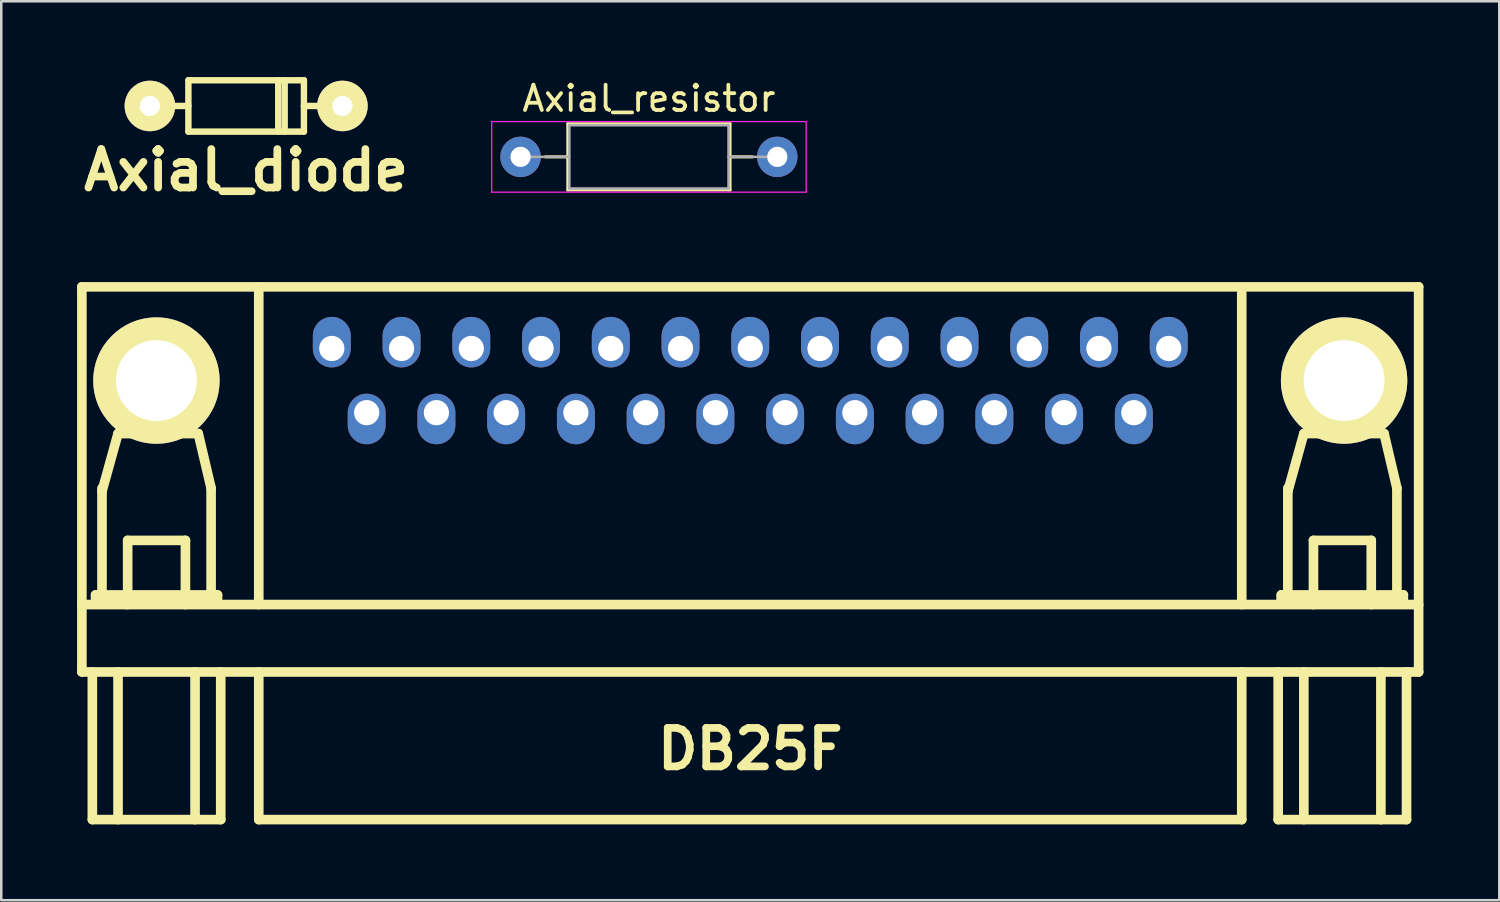
<source format=kicad_pcb>
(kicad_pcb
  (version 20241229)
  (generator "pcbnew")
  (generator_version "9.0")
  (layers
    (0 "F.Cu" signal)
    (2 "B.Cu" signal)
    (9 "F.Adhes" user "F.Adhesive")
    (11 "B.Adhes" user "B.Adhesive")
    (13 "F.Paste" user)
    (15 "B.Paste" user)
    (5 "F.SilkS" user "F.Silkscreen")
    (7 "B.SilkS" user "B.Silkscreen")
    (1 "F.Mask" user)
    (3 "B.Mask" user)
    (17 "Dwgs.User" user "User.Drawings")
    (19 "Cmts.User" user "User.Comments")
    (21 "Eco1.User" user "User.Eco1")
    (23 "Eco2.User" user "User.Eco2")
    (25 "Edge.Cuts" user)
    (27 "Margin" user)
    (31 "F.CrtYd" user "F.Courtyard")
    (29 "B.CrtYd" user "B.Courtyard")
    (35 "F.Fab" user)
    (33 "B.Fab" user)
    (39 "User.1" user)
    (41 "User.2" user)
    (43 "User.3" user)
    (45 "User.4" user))
  (footprint "Axial_resistor"
    (layer "F.Cu")
    (at 17.55 3.158)
    (property "Reference" "Axial_resistor" (at 5.08 -2.31 0) (layer "F.SilkS") (effects (font (size 1 1) (thickness 0.15))))
    (attr through_hole)
    (fp_line (start 0.98 0) (end 1.87 0) (stroke (width 0.12) (type solid)) (layer "F.SilkS"))
    (fp_line (start 1.87 -1.31) (end 1.87 1.31) (stroke (width 0.12) (type solid)) (layer "F.SilkS"))
    (fp_line (start 1.87 1.31) (end 8.29 1.31) (stroke (width 0.12) (type solid)) (layer "F.SilkS"))
    (fp_line (start 8.29 -1.31) (end 1.87 -1.31) (stroke (width 0.12) (type solid)) (layer "F.SilkS"))
    (fp_line (start 8.29 1.31) (end 8.29 -1.31) (stroke (width 0.12) (type solid)) (layer "F.SilkS"))
    (fp_line (start 9.18 0) (end 8.29 0) (stroke (width 0.12) (type solid)) (layer "F.SilkS"))
    (fp_line (start -1.143 -1.397) (end -1.143 1.397) (stroke (width 0.05) (type solid)) (layer "F.CrtYd"))
    (fp_line (start -1.143 1.397) (end 11.303 1.397) (stroke (width 0.05) (type solid)) (layer "F.CrtYd"))
    (fp_line (start 11.303 -1.397) (end -1.143 -1.397) (stroke (width 0.05) (type solid)) (layer "F.CrtYd"))
    (fp_line (start 11.303 1.397) (end 11.303 -1.397) (stroke (width 0.05) (type solid)) (layer "F.CrtYd"))
    (fp_line (start 0 0) (end 1.93 0) (stroke (width 0.1) (type solid)) (layer "F.Fab"))
    (fp_line (start 1.93 -1.25) (end 1.93 1.25) (stroke (width 0.1) (type solid)) (layer "F.Fab"))
    (fp_line (start 1.93 1.25) (end 8.23 1.25) (stroke (width 0.1) (type solid)) (layer "F.Fab"))
    (fp_line (start 8.23 -1.25) (end 1.93 -1.25) (stroke (width 0.1) (type solid)) (layer "F.Fab"))
    (fp_line (start 8.23 1.25) (end 8.23 -1.25) (stroke (width 0.1) (type solid)) (layer "F.Fab"))
    (fp_line (start 10.16 0) (end 8.23 0) (stroke (width 0.1) (type solid)) (layer "F.Fab"))
    (pad "1" thru_hole circle (at 0 0) (size 1.6 1.6) (drill 0.8) (layers "*.Cu" "*.Mask"))
    (pad "2" thru_hole oval (at 10.16 0) (size 1.6 1.6) (drill 0.8) (layers "*.Cu" "*.Mask")))
  (footprint "Axial_diode"
    (layer "F.Cu")
    (at 6.691 1.143)
    (property "Reference" "Axial_diode" (at 0 2.54 0) (layer "F.SilkS") (effects (font (size 1.524 1.524) (thickness 0.305))))
    (attr through_hole)
    (fp_line (start -2.286 -1.016) (end 2.286 -1.016) (stroke (width 0.254) (type solid)) (layer "F.SilkS"))
    (fp_line (start -2.286 0) (end -3.81 0) (stroke (width 0.254) (type solid)) (layer "F.SilkS"))
    (fp_line (start -2.286 1.016) (end -2.286 -1.016) (stroke (width 0.254) (type solid)) (layer "F.SilkS"))
    (fp_line (start 1.27 -1.016) (end 1.27 1.016) (stroke (width 0.254) (type solid)) (layer "F.SilkS"))
    (fp_line (start 1.524 1.016) (end 1.524 -1.016) (stroke (width 0.254) (type solid)) (layer "F.SilkS"))
    (fp_line (start 2.286 -1.016) (end 2.286 1.016) (stroke (width 0.254) (type solid)) (layer "F.SilkS"))
    (fp_line (start 2.286 1.016) (end -2.286 1.016) (stroke (width 0.254) (type solid)) (layer "F.SilkS"))
    (fp_line (start 3.81 0) (end 2.286 0) (stroke (width 0.254) (type solid)) (layer "F.SilkS"))
    (pad "1" thru_hole circle (at -3.81 0) (size 1.999 1.999) (drill 0.8) (layers "*.Cu" "*.Mask" "F.SilkS"))
    (pad "2" thru_hole circle (at 3.81 0) (size 1.999 1.999) (drill 0.8) (layers "*.Cu" "*.Mask" "F.SilkS")))
  (footprint "DB25F"
    (layer "F.Cu")
    (at 26.64 18.97)
    (property "Reference" "DB25F" (at 0 7.62 0) (layer "F.SilkS") (effects (font (size 1.524 1.524) (thickness 0.305))))
    (attr through_hole)
    (fp_line (start -26.45 -10.67) (end -26.45 4.572) (stroke (width 0.381) (type solid)) (layer "F.SilkS"))
    (fp_line (start -26.45 1.905) (end 26.45 1.905) (stroke (width 0.381) (type solid)) (layer "F.SilkS"))
    (fp_line (start -26.035 4.572) (end -26.035 10.414) (stroke (width 0.381) (type solid)) (layer "F.SilkS"))
    (fp_line (start -26.035 10.414) (end -20.955 10.414) (stroke (width 0.381) (type solid)) (layer "F.SilkS"))
    (fp_line (start -25.908 1.524) (end -25.908 1.778) (stroke (width 0.381) (type solid)) (layer "F.SilkS"))
    (fp_line (start -25.908 1.778) (end -21.082 1.778) (stroke (width 0.381) (type solid)) (layer "F.SilkS"))
    (fp_line (start -25.654 -2.576) (end -25.019 -4.862) (stroke (width 0.381) (type solid)) (layer "F.SilkS"))
    (fp_line (start -25.654 1.524) (end -25.654 -2.703) (stroke (width 0.381) (type solid)) (layer "F.SilkS"))
    (fp_line (start -25.019 -4.862) (end -21.844 -4.862) (stroke (width 0.381) (type solid)) (layer "F.SilkS"))
    (fp_line (start -25.019 4.572) (end -25.019 10.414) (stroke (width 0.381) (type solid)) (layer "F.SilkS"))
    (fp_line (start -24.638 -0.635) (end -22.352 -0.635) (stroke (width 0.381) (type solid)) (layer "F.SilkS"))
    (fp_line (start -24.638 1.905) (end -24.638 -0.635) (stroke (width 0.381) (type solid)) (layer "F.SilkS"))
    (fp_line (start -22.352 -0.635) (end -22.352 1.905) (stroke (width 0.381) (type solid)) (layer "F.SilkS"))
    (fp_line (start -21.971 4.572) (end -21.971 10.414) (stroke (width 0.381) (type solid)) (layer "F.SilkS"))
    (fp_line (start -21.844 -4.862) (end -21.336 -2.703) (stroke (width 0.381) (type solid)) (layer "F.SilkS"))
    (fp_line (start -21.336 -2.703) (end -21.336 1.524) (stroke (width 0.381) (type solid)) (layer "F.SilkS"))
    (fp_line (start -21.082 1.524) (end -25.908 1.524) (stroke (width 0.381) (type solid)) (layer "F.SilkS"))
    (fp_line (start -21.082 1.778) (end -21.082 1.524) (stroke (width 0.381) (type solid)) (layer "F.SilkS"))
    (fp_line (start -20.955 4.572) (end -20.955 10.414) (stroke (width 0.381) (type solid)) (layer "F.SilkS"))
    (fp_line (start -19.45 1.905) (end -19.45 -10.668) (stroke (width 0.381) (type solid)) (layer "F.SilkS"))
    (fp_line (start -19.45 4.572) (end -19.45 10.414) (stroke (width 0.381) (type solid)) (layer "F.SilkS"))
    (fp_line (start 19.45 1.905) (end 19.45 -10.414) (stroke (width 0.381) (type solid)) (layer "F.SilkS"))
    (fp_line (start 19.45 10.414) (end -19.45 10.414) (stroke (width 0.381) (type solid)) (layer "F.SilkS"))
    (fp_line (start 19.45 10.414) (end 19.45 4.572) (stroke (width 0.381) (type solid)) (layer "F.SilkS"))
    (fp_line (start 20.892 4.572) (end 20.892 10.414) (stroke (width 0.381) (type solid)) (layer "F.SilkS"))
    (fp_line (start 20.892 10.414) (end 25.971 10.414) (stroke (width 0.381) (type solid)) (layer "F.SilkS"))
    (fp_line (start 21.018 1.524) (end 21.018 1.778) (stroke (width 0.381) (type solid)) (layer "F.SilkS"))
    (fp_line (start 21.018 1.524) (end 21.018 1.778) (stroke (width 0.381) (type solid)) (layer "F.SilkS"))
    (fp_line (start 21.018 1.778) (end 25.845 1.778) (stroke (width 0.381) (type solid)) (layer "F.SilkS"))
    (fp_line (start 21.273 -2.576) (end 21.907 -4.862) (stroke (width 0.381) (type solid)) (layer "F.SilkS"))
    (fp_line (start 21.273 1.524) (end 21.273 -2.703) (stroke (width 0.381) (type solid)) (layer "F.SilkS"))
    (fp_line (start 21.907 -4.862) (end 25.082 -4.862) (stroke (width 0.381) (type solid)) (layer "F.SilkS"))
    (fp_line (start 21.907 4.572) (end 21.907 10.414) (stroke (width 0.381) (type solid)) (layer "F.SilkS"))
    (fp_line (start 22.288 -0.635) (end 24.575 -0.635) (stroke (width 0.381) (type solid)) (layer "F.SilkS"))
    (fp_line (start 22.288 1.905) (end 22.288 -0.635) (stroke (width 0.381) (type solid)) (layer "F.SilkS"))
    (fp_line (start 24.575 -0.635) (end 24.575 1.905) (stroke (width 0.381) (type solid)) (layer "F.SilkS"))
    (fp_line (start 24.956 4.572) (end 24.956 10.414) (stroke (width 0.381) (type solid)) (layer "F.SilkS"))
    (fp_line (start 25.082 -4.862) (end 25.59 -2.703) (stroke (width 0.381) (type solid)) (layer "F.SilkS"))
    (fp_line (start 25.59 -2.703) (end 25.59 1.524) (stroke (width 0.381) (type solid)) (layer "F.SilkS"))
    (fp_line (start 25.845 1.524) (end 21.018 1.524) (stroke (width 0.381) (type solid)) (layer "F.SilkS"))
    (fp_line (start 25.845 1.778) (end 25.845 1.524) (stroke (width 0.381) (type solid)) (layer "F.SilkS"))
    (fp_line (start 25.971 4.572) (end 25.971 10.414) (stroke (width 0.381) (type solid)) (layer "F.SilkS"))
    (fp_line (start 26.45 -10.67) (end 26.45 4.572) (stroke (width 0.381) (type solid)) (layer "F.SilkS"))
    (fp_line (start 26.45 -10.668) (end -26.45 -10.668) (stroke (width 0.381) (type solid)) (layer "F.SilkS"))
    (fp_line (start 26.45 4.572) (end -26.45 4.572) (stroke (width 0.381) (type solid)) (layer "F.SilkS"))
    (pad "" thru_hole circle (at -23.5 -6.96) (size 5 5) (drill 3.2) (layers "*.Cu" "*.Mask" "F.SilkS"))
    (pad "" thru_hole circle (at 23.5 -6.96) (size 5 5) (drill 3.2) (layers "*.Cu" "*.Mask" "F.SilkS"))
    (pad "1" thru_hole oval (at 16.56 -8.23) (size 1.5 2) (drill 1 (offset 0 -0.25)) (layers "*.Cu" "*.Mask"))
    (pad "2" thru_hole oval (at 13.8 -8.23) (size 1.5 2) (drill 1 (offset 0 -0.25)) (layers "*.Cu" "*.Mask"))
    (pad "3" thru_hole oval (at 11.04 -8.23) (size 1.5 2) (drill 1 (offset 0 -0.25)) (layers "*.Cu" "*.Mask"))
    (pad "4" thru_hole oval (at 8.28 -8.23) (size 1.5 2) (drill 1 (offset 0 -0.25)) (layers "*.Cu" "*.Mask"))
    (pad "5" thru_hole oval (at 5.52 -8.23) (size 1.5 2) (drill 1 (offset 0 -0.25)) (layers "*.Cu" "*.Mask"))
    (pad "6" thru_hole oval (at 2.76 -8.23) (size 1.5 2) (drill 1 (offset 0 -0.25)) (layers "*.Cu" "*.Mask"))
    (pad "7" thru_hole oval (at 0 -8.23) (size 1.5 2) (drill 1 (offset 0 -0.25)) (layers "*.Cu" "*.Mask"))
    (pad "8" thru_hole oval (at -2.76 -8.23) (size 1.5 2) (drill 1 (offset 0 -0.25)) (layers "*.Cu" "*.Mask"))
    (pad "9" thru_hole oval (at -5.52 -8.23) (size 1.5 2) (drill 1 (offset 0 -0.25)) (layers "*.Cu" "*.Mask"))
    (pad "10" thru_hole oval (at -8.28 -8.23) (size 1.5 2) (drill 1 (offset 0 -0.25)) (layers "*.Cu" "*.Mask"))
    (pad "11" thru_hole oval (at -11.04 -8.23) (size 1.5 2) (drill 1 (offset 0 -0.25)) (layers "*.Cu" "*.Mask"))
    (pad "12" thru_hole oval (at -13.8 -8.23) (size 1.5 2) (drill 1 (offset 0 -0.25)) (layers "*.Cu" "*.Mask"))
    (pad "13" thru_hole oval (at -16.56 -8.23) (size 1.5 2) (drill 1 (offset 0 -0.25)) (layers "*.Cu" "*.Mask"))
    (pad "14" thru_hole oval (at 15.18 -5.69) (size 1.5 2) (drill 1 (offset 0 0.25)) (layers "*.Cu" "*.Mask"))
    (pad "15" thru_hole oval (at 12.42 -5.69) (size 1.5 2) (drill 1 (offset 0 0.25)) (layers "*.Cu" "*.Mask"))
    (pad "16" thru_hole oval (at 9.66 -5.69) (size 1.5 2) (drill 1 (offset 0 0.25)) (layers "*.Cu" "*.Mask"))
    (pad "17" thru_hole oval (at 6.9 -5.69) (size 1.5 2) (drill 1 (offset 0 0.25)) (layers "*.Cu" "*.Mask"))
    (pad "18" thru_hole oval (at 4.14 -5.69) (size 1.5 2) (drill 1 (offset 0 0.25)) (layers "*.Cu" "*.Mask"))
    (pad "19" thru_hole oval (at 1.38 -5.69) (size 1.5 2) (drill 1 (offset 0 0.25)) (layers "*.Cu" "*.Mask"))
    (pad "20" thru_hole oval (at -1.38 -5.69) (size 1.5 2) (drill 1 (offset 0 0.25)) (layers "*.Cu" "*.Mask"))
    (pad "21" thru_hole oval (at -4.14 -5.69) (size 1.5 2) (drill 1 (offset 0 0.25)) (layers "*.Cu" "*.Mask"))
    (pad "22" thru_hole oval (at -6.9 -5.69) (size 1.5 2) (drill 1 (offset 0 0.25)) (layers "*.Cu" "*.Mask"))
    (pad "23" thru_hole oval (at -9.66 -5.69) (size 1.5 2) (drill 1 (offset 0 0.25)) (layers "*.Cu" "*.Mask"))
    (pad "24" thru_hole oval (at -12.42 -5.69) (size 1.5 2) (drill 1 (offset 0 0.25)) (layers "*.Cu" "*.Mask"))
    (pad "25" thru_hole oval (at -15.18 -5.69) (size 1.5 2) (drill 1 (offset 0 0.25)) (layers "*.Cu" "*.Mask")))
  (gr_rect
    (start -3 -3)
    (end 56.281 32.574)
    (stroke (width 0.1) (type default))
    (fill no)
    (layer "Edge.Cuts")))
</source>
